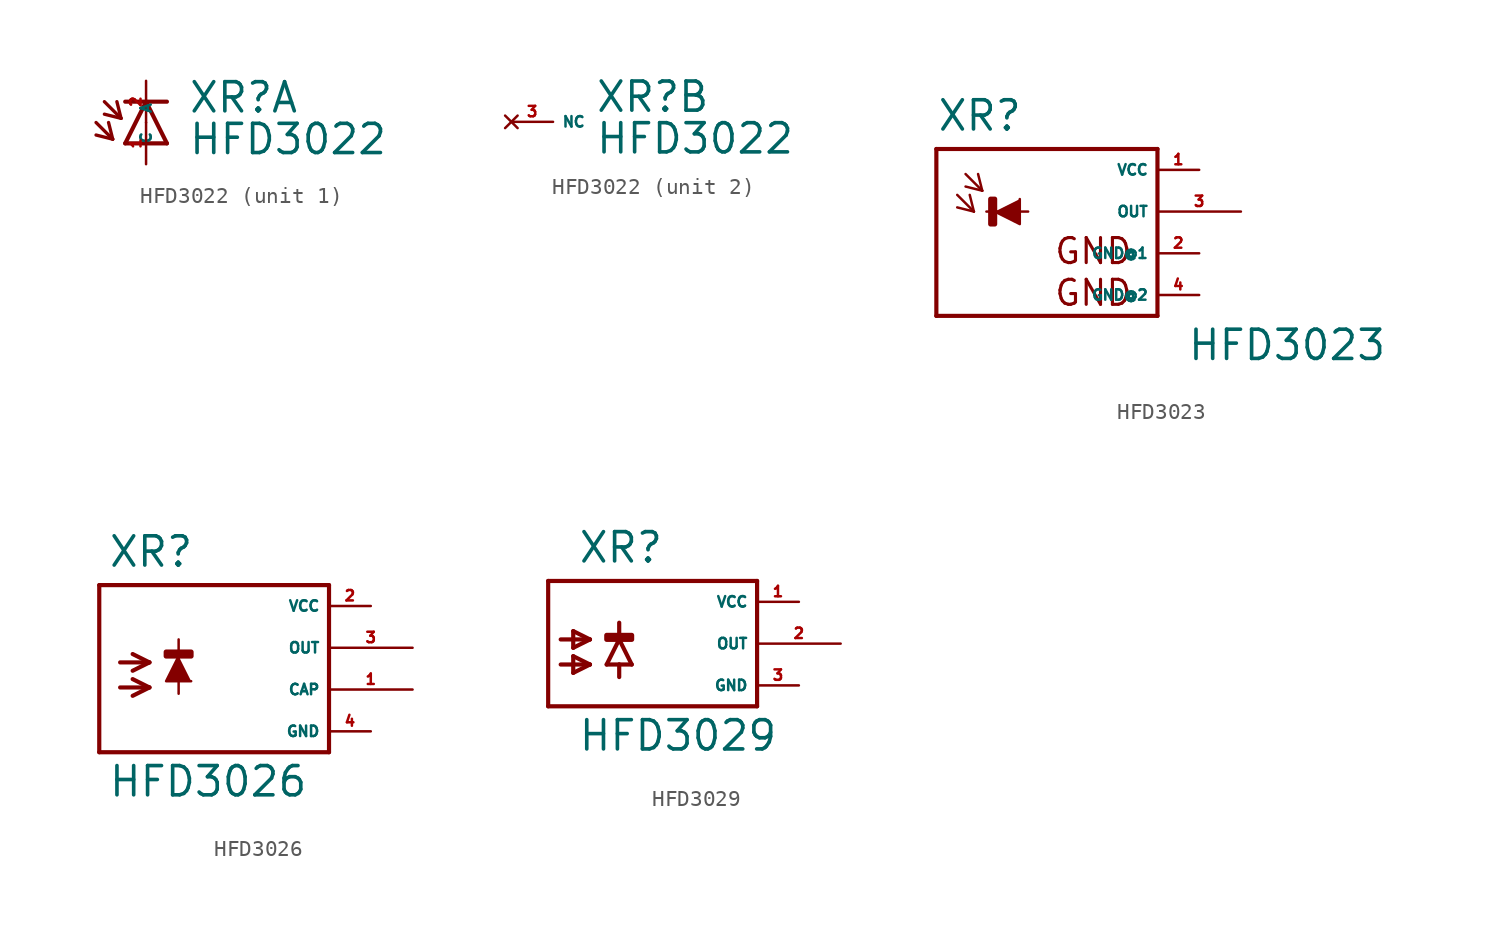
<source format=kicad_sym>
(kicad_symbol_lib
  (version 20220914)
  (generator Eagle2Kicad)
  (symbol "HFD3022"
    (property "Reference" "XR"
      (at 2.54 0.483 0)
      (effects (font (size 1.778 1.778) (thickness 0.22)) (justify left bottom)))
    (property "Value" "HFD3022"
      (at 2.54 -2.057 0)
      (effects (font (size 1.778 1.778) (thickness 0.22)) (justify left bottom)))
    (symbol "HFD3022_1_0"
      (polyline (pts (xy 1.27 -1.27) (xy 0 1.27)) (stroke (width 0.254) (type default)) (fill (type none)))
      (polyline (pts (xy 0 1.27) (xy -1.27 -1.27)) (stroke (width 0.254) (type default)) (fill (type none)))
      (polyline (pts (xy -1.27 1.27) (xy 0 1.27)) (stroke (width 0.254) (type default)) (fill (type none)))
      (polyline (pts (xy -1.27 -1.27) (xy 1.27 -1.27)) (stroke (width 0.254) (type default)) (fill (type none)))
      (polyline (pts (xy 0 1.27) (xy 1.27 1.27)) (stroke (width 0.254) (type default)) (fill (type none)))
      (polyline (pts (xy -3.048 0) (xy -2.032 -1.016)) (stroke (width 0.203) (type default)) (fill (type none)))
      (polyline (pts (xy -2.032 -1.016) (xy -2.286 0)) (stroke (width 0.203) (type default)) (fill (type none)))
      (polyline (pts (xy -2.032 -1.016) (xy -3.048 -0.762)) (stroke (width 0.203) (type default)) (fill (type none)))
      (polyline (pts (xy -2.54 1.27) (xy -1.524 0.254)) (stroke (width 0.203) (type default)) (fill (type none)))
      (polyline (pts (xy -1.524 0.254) (xy -1.778 1.27)) (stroke (width 0.203) (type default)) (fill (type none)))
      (polyline (pts (xy -1.524 0.254) (xy -2.54 0.508)) (stroke (width 0.203) (type default)) (fill (type none)))
      (pin passive line (at 0 -2.54 90) (length 2.54) (name "A" (effects (font (size 0.635 0.635) (thickness 0.08)) (justify left bottom))) (number "1" (effects (font (size 0.635 0.635) (thickness 0.08)) (justify left bottom))))
      (pin passive line (at 0 2.54 270) (length 2.54) (name "C" (effects (font (size 0.635 0.635) (thickness 0.08)) (justify left bottom))) (number "2" (effects (font (size 0.635 0.635) (thickness 0.08)) (justify left bottom)))))
    (symbol "HFD3022_2_0"
      (pin no_connect line (at -2.54 0 0) (length 2.54) (name "NC" (effects (font (size 0.635 0.635) (thickness 0.08)) (justify left bottom) hide)) (number "3" (effects (font (size 0.635 0.635) (thickness 0.08)) (justify left bottom) hide)))))
  (symbol "HFD3023"
    (property "Reference" "XR"
      (at -5.842 4.801 0)
      (effects (font (size 1.778 1.778) (thickness 0.22)) (justify left bottom)))
    (property "Value" "HFD3023"
      (at 9.398 -9.169 0)
      (effects (font (size 1.778 1.778) (thickness 0.22)) (justify left bottom)))
    (polyline
      (pts (xy -2.286 0) (xy -0.762 -0.762) (xy -0.762 0.762))
      (stroke (width 0.152) (type default))
      (fill (type outline)))
    (polyline
      (pts (xy -4.572 1.016) (xy -3.556 0))
      (stroke (width 0.152) (type default))
      (fill (type none)))
    (polyline
      (pts (xy -3.556 0) (xy -3.81 1.016))
      (stroke (width 0.152) (type default))
      (fill (type none)))
    (polyline
      (pts (xy -3.556 0) (xy -4.572 0.254))
      (stroke (width 0.152) (type default))
      (fill (type none)))
    (polyline
      (pts (xy -4.064 2.286) (xy -3.048 1.27))
      (stroke (width 0.152) (type default))
      (fill (type none)))
    (polyline
      (pts (xy -3.048 1.27) (xy -3.302 2.286))
      (stroke (width 0.152) (type default))
      (fill (type none)))
    (polyline
      (pts (xy -3.048 1.27) (xy -4.064 1.524))
      (stroke (width 0.152) (type default))
      (fill (type none)))
    (polyline
      (pts (xy 7.62 3.81) (xy 7.62 -6.35))
      (stroke (width 0.254) (type default))
      (fill (type none)))
    (polyline
      (pts (xy 7.62 -6.35) (xy -5.842 -6.35))
      (stroke (width 0.254) (type default))
      (fill (type none)))
    (polyline
      (pts (xy -5.842 -6.35) (xy -5.842 3.81))
      (stroke (width 0.254) (type default))
      (fill (type none)))
    (polyline
      (pts (xy -5.842 3.81) (xy 7.62 3.81))
      (stroke (width 0.254) (type default))
      (fill (type none)))
    (polyline
      (pts (xy -2.794 0) (xy -0.254 0))
      (stroke (width 0.152) (type default))
      (fill (type none)))
    (text "GND"
      (at 1.27 -3.302 0)
      (effects (font (size 1.524 1.524) (thickness 0.19)) (justify left bottom)))
    (text "GND"
      (at 1.27 -5.842 0)
      (effects (font (size 1.524 1.524) (thickness 0.19)) (justify left bottom)))
    (rectangle
      (start -2.54 -0.762)
      (end -2.286 0.762)
      (stroke (width 0.3) (type default))
      (fill (type outline)))
    (pin unspecified line
      (at 10.16 2.54 180)
      (length 2.54)
      (name "VCC" (effects (font (size 0.635 0.635) (thickness 0.08)) (justify left bottom)))
      (number "1" (effects (font (size 0.635 0.635) (thickness 0.08)) (justify left bottom))))
    (pin unspecified line
      (at 10.16 -2.54 180)
      (length 2.54)
      (name "GND@1" (effects (font (size 0.635 0.635) (thickness 0.08)) (justify left bottom)))
      (number "2" (effects (font (size 0.635 0.635) (thickness 0.08)) (justify left bottom))))
    (pin output line
      (at 12.7 0 180)
      (length 5.08)
      (name "OUT" (effects (font (size 0.635 0.635) (thickness 0.08)) (justify left bottom)))
      (number "3" (effects (font (size 0.635 0.635) (thickness 0.08)) (justify left bottom))))
    (pin unspecified line
      (at 10.16 -5.08 180)
      (length 2.54)
      (name "GND@2" (effects (font (size 0.635 0.635) (thickness 0.08)) (justify left bottom)))
      (number "4" (effects (font (size 0.635 0.635) (thickness 0.08)) (justify left bottom)))))
  (symbol "HFD3026"
    (property "Reference" "XR"
      (at -5.842 4.801 0)
      (effects (font (size 1.778 1.778) (thickness 0.22)) (justify left bottom)))
    (property "Value" "HFD3026"
      (at -5.842 -9.169 0)
      (effects (font (size 1.778 1.778) (thickness 0.22)) (justify left bottom)))
    (polyline
      (pts (xy -1.524 -0.508) (xy -2.286 -2.032) (xy -0.762 -2.032))
      (stroke (width 0.152) (type default))
      (fill (type outline)))
    (polyline
      (pts (xy -5.08 -0.889) (xy -3.302 -0.889))
      (stroke (width 0.254) (type default))
      (fill (type none)))
    (polyline
      (pts (xy -3.302 -0.889) (xy -4.318 -1.397))
      (stroke (width 0.254) (type default))
      (fill (type none)))
    (polyline
      (pts (xy -3.302 -0.889) (xy -4.318 -0.381))
      (stroke (width 0.254) (type default))
      (fill (type none)))
    (polyline
      (pts (xy -5.08 -2.413) (xy -3.302 -2.413))
      (stroke (width 0.254) (type default))
      (fill (type none)))
    (polyline
      (pts (xy -3.302 -2.413) (xy -4.318 -2.921))
      (stroke (width 0.254) (type default))
      (fill (type none)))
    (polyline
      (pts (xy -3.302 -2.413) (xy -4.318 -1.905))
      (stroke (width 0.254) (type default))
      (fill (type none)))
    (polyline
      (pts (xy -1.524 0.508) (xy -1.524 -2.794))
      (stroke (width 0.152) (type default))
      (fill (type none)))
    (polyline
      (pts (xy 7.62 3.81) (xy -6.35 3.81))
      (stroke (width 0.254) (type default))
      (fill (type none)))
    (polyline
      (pts (xy -6.35 3.81) (xy -6.35 -6.35))
      (stroke (width 0.254) (type default))
      (fill (type none)))
    (polyline
      (pts (xy -6.35 -6.35) (xy 7.62 -6.35))
      (stroke (width 0.254) (type default))
      (fill (type none)))
    (polyline
      (pts (xy 7.62 -6.35) (xy 7.62 3.81))
      (stroke (width 0.254) (type default))
      (fill (type none)))
    (rectangle
      (start -2.286 -0.508)
      (end -0.762 -0.254)
      (stroke (width 0.3) (type default))
      (fill (type outline)))
    (pin unspecified line
      (at 10.16 2.54 180)
      (length 2.54)
      (name "VCC" (effects (font (size 0.635 0.635) (thickness 0.08)) (justify left bottom)))
      (number "2" (effects (font (size 0.635 0.635) (thickness 0.08)) (justify left bottom))))
    (pin unspecified line
      (at 10.16 -5.08 180)
      (length 2.54)
      (name "GND" (effects (font (size 0.635 0.635) (thickness 0.08)) (justify left bottom)))
      (number "4" (effects (font (size 0.635 0.635) (thickness 0.08)) (justify left bottom))))
    (pin output line
      (at 12.7 0 180)
      (length 5.08)
      (name "OUT" (effects (font (size 0.635 0.635) (thickness 0.08)) (justify left bottom)))
      (number "3" (effects (font (size 0.635 0.635) (thickness 0.08)) (justify left bottom))))
    (pin output line
      (at 12.7 -2.54 180)
      (length 5.08)
      (name "CAP" (effects (font (size 0.635 0.635) (thickness 0.08)) (justify left bottom)))
      (number "1" (effects (font (size 0.635 0.635) (thickness 0.08)) (justify left bottom)))))
  (symbol "HFD3029"
    (property "Reference" "XR"
      (at -3.302 4.801 0)
      (effects (font (size 1.778 1.778) (thickness 0.22)) (justify left bottom)))
    (property "Value" "HFD3029"
      (at -3.302 -6.629 0)
      (effects (font (size 1.778 1.778) (thickness 0.22)) (justify left bottom)))
    (polyline
      (pts (xy -4.318 0.254) (xy -2.54 0.254))
      (stroke (width 0.254) (type default))
      (fill (type none)))
    (polyline
      (pts (xy -2.54 0.254) (xy -3.556 -0.254))
      (stroke (width 0.254) (type default))
      (fill (type none)))
    (polyline
      (pts (xy -2.54 0.254) (xy -3.556 0.762))
      (stroke (width 0.254) (type default))
      (fill (type none)))
    (polyline
      (pts (xy -4.318 -1.27) (xy -2.54 -1.27))
      (stroke (width 0.254) (type default))
      (fill (type none)))
    (polyline
      (pts (xy -2.54 -1.27) (xy -3.556 -1.778))
      (stroke (width 0.254) (type default))
      (fill (type none)))
    (polyline
      (pts (xy -2.54 -1.27) (xy -3.556 -0.762))
      (stroke (width 0.254) (type default))
      (fill (type none)))
    (polyline
      (pts (xy 7.62 3.81) (xy -5.08 3.81))
      (stroke (width 0.254) (type default))
      (fill (type none)))
    (polyline
      (pts (xy -5.08 3.81) (xy -5.08 -3.81))
      (stroke (width 0.254) (type default))
      (fill (type none)))
    (polyline
      (pts (xy -5.08 -3.81) (xy 7.62 -3.81))
      (stroke (width 0.254) (type default))
      (fill (type none)))
    (polyline
      (pts (xy 7.62 -3.81) (xy 7.62 3.81))
      (stroke (width 0.254) (type default))
      (fill (type none)))
    (polyline
      (pts (xy -3.556 0.762) (xy -3.556 -0.254))
      (stroke (width 0.254) (type default))
      (fill (type none)))
    (polyline
      (pts (xy -3.556 -0.762) (xy -3.556 -1.778))
      (stroke (width 0.254) (type default))
      (fill (type none)))
    (polyline
      (pts (xy -0.762 0.254) (xy 0 -1.27))
      (stroke (width 0.254) (type default))
      (fill (type none)))
    (polyline
      (pts (xy 0 -1.27) (xy -0.762 -1.27))
      (stroke (width 0.254) (type default))
      (fill (type none)))
    (polyline
      (pts (xy -0.762 -1.27) (xy -1.524 -1.27))
      (stroke (width 0.254) (type default))
      (fill (type none)))
    (polyline
      (pts (xy -1.524 -1.27) (xy -0.762 0.254))
      (stroke (width 0.254) (type default))
      (fill (type none)))
    (polyline
      (pts (xy -0.762 1.27) (xy -0.762 0.254))
      (stroke (width 0.254) (type default))
      (fill (type none)))
    (polyline
      (pts (xy -0.762 -1.27) (xy -0.762 -2.032))
      (stroke (width 0.254) (type default))
      (fill (type none)))
    (rectangle
      (start -1.524 0.254)
      (end 0 0.508)
      (stroke (width 0.3) (type default))
      (fill (type outline)))
    (pin unspecified line
      (at 10.16 2.54 180)
      (length 2.54)
      (name "VCC" (effects (font (size 0.635 0.635) (thickness 0.08)) (justify left bottom)))
      (number "1" (effects (font (size 0.635 0.635) (thickness 0.08)) (justify left bottom))))
    (pin unspecified line
      (at 10.16 -2.54 180)
      (length 2.54)
      (name "GND" (effects (font (size 0.635 0.635) (thickness 0.08)) (justify left bottom)))
      (number "3" (effects (font (size 0.635 0.635) (thickness 0.08)) (justify left bottom))))
    (pin output line
      (at 12.7 0 180)
      (length 5.08)
      (name "OUT" (effects (font (size 0.635 0.635) (thickness 0.08)) (justify left bottom)))
      (number "2" (effects (font (size 0.635 0.635) (thickness 0.08)) (justify left bottom))))))
</source>
